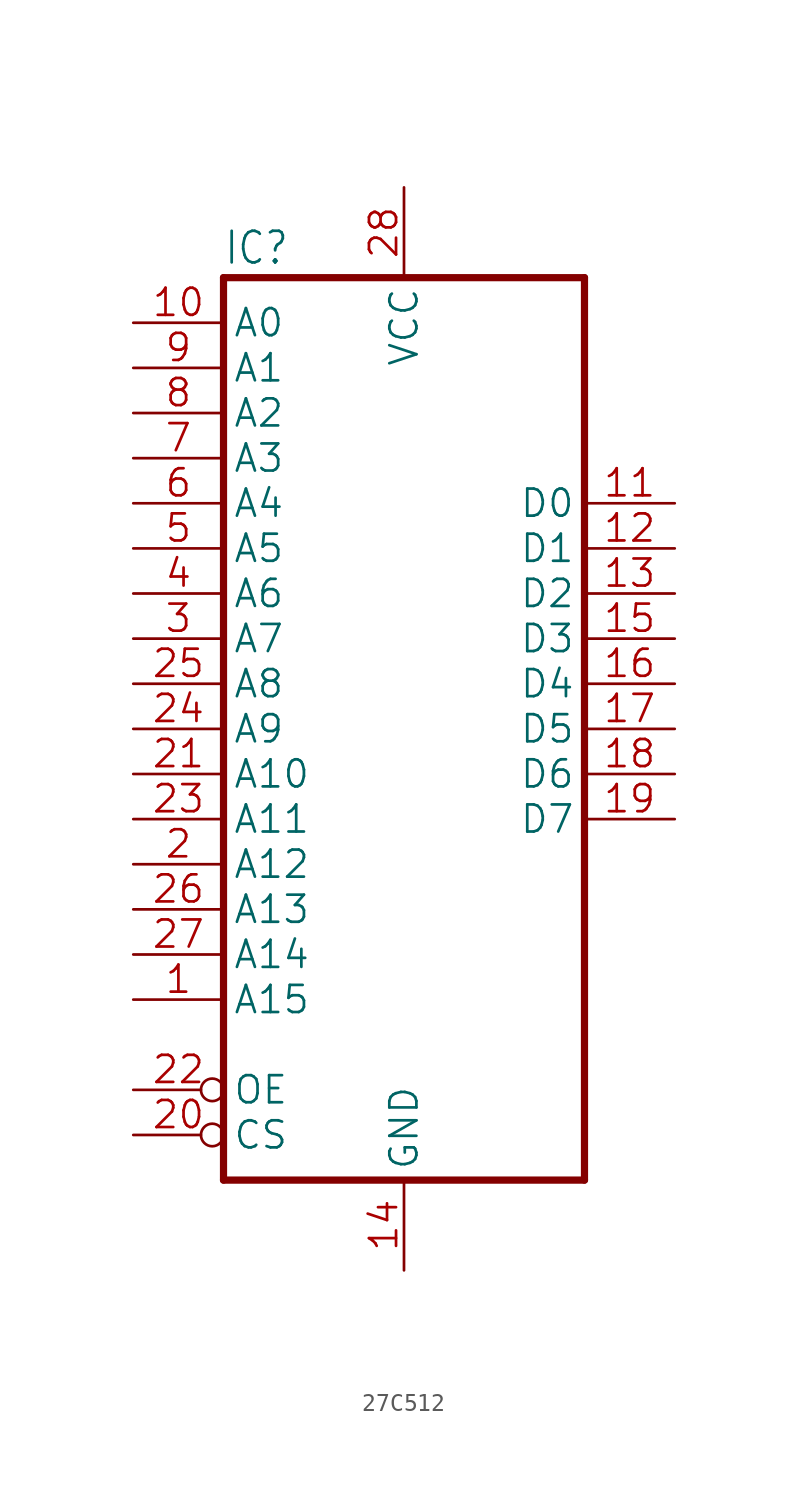
<source format=kicad_sym>
(kicad_symbol_lib
  (version 20241209)
  (generator "kicad_symbol_editor")
  (generator_version "9.0")
  (symbol "27C512"
    (property "Reference" "IC"
      (at -10.16 33.655 0)
      (effects (font (size 1.778 1.511)) (justify left bottom)))
    (property "Value" ""
      (at -10.16 -20.32 0)
      (effects (font (size 1.778 1.511)) (justify left bottom)))
    (property "ki_locked" ""
      (at 0 0 0)
      (effects (font (size 1.27 1.27))))
    (symbol "27C512_1_0"
      (polyline (pts (xy -10.16 -17.78) (xy -10.16 33.02)) (stroke (width 0.406) (type solid)) (fill (type none)))
      (polyline (pts (xy -10.16 -17.78) (xy 10.16 -17.78)) (stroke (width 0.406) (type solid)) (fill (type none)))
      (polyline (pts (xy 10.16 33.02) (xy -10.16 33.02)) (stroke (width 0.406) (type solid)) (fill (type none)))
      (polyline (pts (xy 10.16 33.02) (xy 10.16 -17.78)) (stroke (width 0.406) (type solid)) (fill (type none)))
      (pin input line (at -15.24 30.48 0) (length 5.08) (name "A0" (effects (font (size 1.524 1.524)))) (number "10" (effects (font (size 1.524 1.524)))))
      (pin input line (at -15.24 27.94 0) (length 5.08) (name "A1" (effects (font (size 1.524 1.524)))) (number "9" (effects (font (size 1.524 1.524)))))
      (pin input line (at -15.24 25.4 0) (length 5.08) (name "A2" (effects (font (size 1.524 1.524)))) (number "8" (effects (font (size 1.524 1.524)))))
      (pin input line (at -15.24 22.86 0) (length 5.08) (name "A3" (effects (font (size 1.524 1.524)))) (number "7" (effects (font (size 1.524 1.524)))))
      (pin input line (at -15.24 20.32 0) (length 5.08) (name "A4" (effects (font (size 1.524 1.524)))) (number "6" (effects (font (size 1.524 1.524)))))
      (pin input line (at -15.24 17.78 0) (length 5.08) (name "A5" (effects (font (size 1.524 1.524)))) (number "5" (effects (font (size 1.524 1.524)))))
      (pin input line (at -15.24 15.24 0) (length 5.08) (name "A6" (effects (font (size 1.524 1.524)))) (number "4" (effects (font (size 1.524 1.524)))))
      (pin input line (at -15.24 12.7 0) (length 5.08) (name "A7" (effects (font (size 1.524 1.524)))) (number "3" (effects (font (size 1.524 1.524)))))
      (pin input line (at -15.24 10.16 0) (length 5.08) (name "A8" (effects (font (size 1.524 1.524)))) (number "25" (effects (font (size 1.524 1.524)))))
      (pin input line (at -15.24 7.62 0) (length 5.08) (name "A9" (effects (font (size 1.524 1.524)))) (number "24" (effects (font (size 1.524 1.524)))))
      (pin input line (at -15.24 5.08 0) (length 5.08) (name "A10" (effects (font (size 1.524 1.524)))) (number "21" (effects (font (size 1.524 1.524)))))
      (pin input line (at -15.24 2.54 0) (length 5.08) (name "A11" (effects (font (size 1.524 1.524)))) (number "23" (effects (font (size 1.524 1.524)))))
      (pin input line (at -15.24 0 0) (length 5.08) (name "A12" (effects (font (size 1.524 1.524)))) (number "2" (effects (font (size 1.524 1.524)))))
      (pin input line (at -15.24 -2.54 0) (length 5.08) (name "A13" (effects (font (size 1.524 1.524)))) (number "26" (effects (font (size 1.524 1.524)))))
      (pin input line (at -15.24 -5.08 0) (length 5.08) (name "A14" (effects (font (size 1.524 1.524)))) (number "27" (effects (font (size 1.524 1.524)))))
      (pin input line (at -15.24 -7.62 0) (length 5.08) (name "A15" (effects (font (size 1.524 1.524)))) (number "1" (effects (font (size 1.524 1.524)))))
      (pin input inverted (at -15.24 -12.7 0) (length 5.08) (name "OE" (effects (font (size 1.524 1.524)))) (number "22" (effects (font (size 1.524 1.524)))))
      (pin input inverted (at -15.24 -15.24 0) (length 5.08) (name "CS" (effects (font (size 1.524 1.524)))) (number "20" (effects (font (size 1.524 1.524)))))
      (pin power_in line (at 0 38.1 270) (length 5.08) (name "VCC" (effects (font (size 1.524 1.524)))) (number "28" (effects (font (size 1.524 1.524)))))
      (pin power_in line (at 0 -22.86 90) (length 5.08) (name "GND" (effects (font (size 1.524 1.524)))) (number "14" (effects (font (size 1.524 1.524)))))
      (pin bidirectional line (at 15.24 20.32 180) (length 5.08) (name "D0" (effects (font (size 1.524 1.524)))) (number "11" (effects (font (size 1.524 1.524)))))
      (pin bidirectional line (at 15.24 17.78 180) (length 5.08) (name "D1" (effects (font (size 1.524 1.524)))) (number "12" (effects (font (size 1.524 1.524)))))
      (pin bidirectional line (at 15.24 15.24 180) (length 5.08) (name "D2" (effects (font (size 1.524 1.524)))) (number "13" (effects (font (size 1.524 1.524)))))
      (pin bidirectional line (at 15.24 12.7 180) (length 5.08) (name "D3" (effects (font (size 1.524 1.524)))) (number "15" (effects (font (size 1.524 1.524)))))
      (pin bidirectional line (at 15.24 10.16 180) (length 5.08) (name "D4" (effects (font (size 1.524 1.524)))) (number "16" (effects (font (size 1.524 1.524)))))
      (pin bidirectional line (at 15.24 7.62 180) (length 5.08) (name "D5" (effects (font (size 1.524 1.524)))) (number "17" (effects (font (size 1.524 1.524)))))
      (pin bidirectional line (at 15.24 5.08 180) (length 5.08) (name "D6" (effects (font (size 1.524 1.524)))) (number "18" (effects (font (size 1.524 1.524)))))
      (pin bidirectional line (at 15.24 2.54 180) (length 5.08) (name "D7" (effects (font (size 1.524 1.524)))) (number "19" (effects (font (size 1.524 1.524))))))))
</source>
